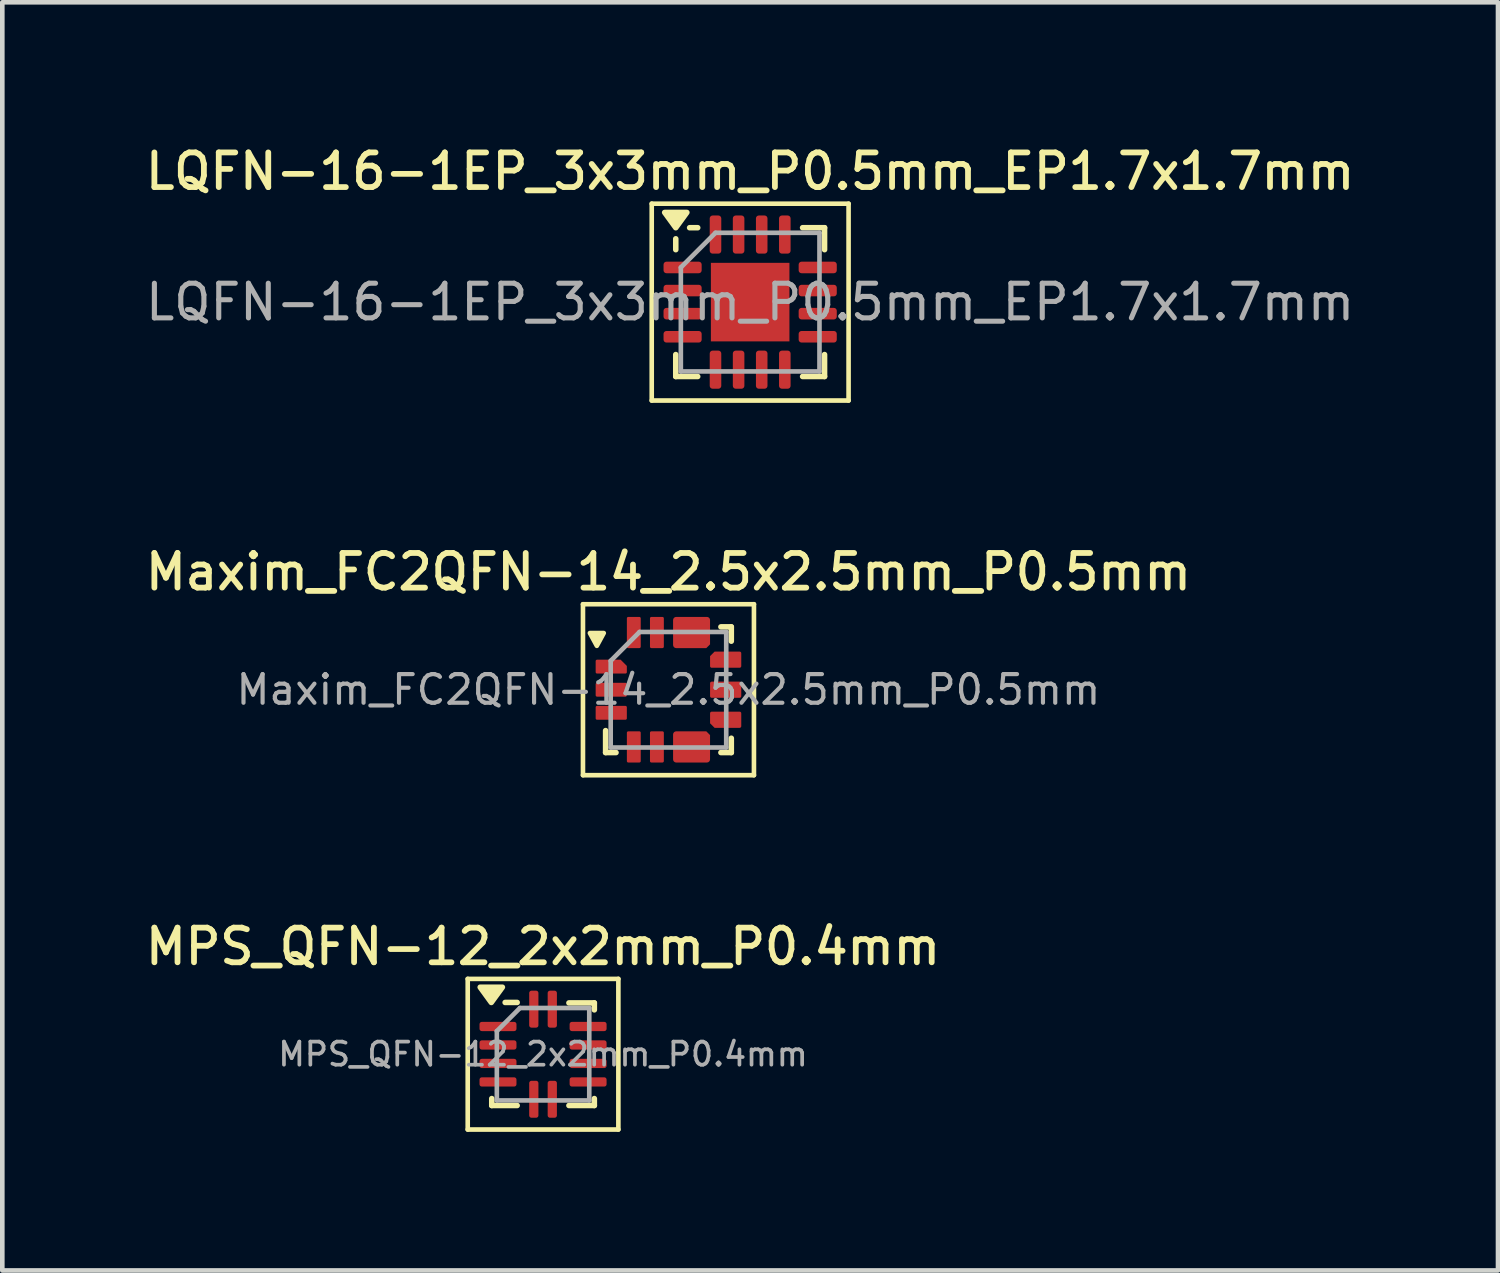
<source format=kicad_pcb>
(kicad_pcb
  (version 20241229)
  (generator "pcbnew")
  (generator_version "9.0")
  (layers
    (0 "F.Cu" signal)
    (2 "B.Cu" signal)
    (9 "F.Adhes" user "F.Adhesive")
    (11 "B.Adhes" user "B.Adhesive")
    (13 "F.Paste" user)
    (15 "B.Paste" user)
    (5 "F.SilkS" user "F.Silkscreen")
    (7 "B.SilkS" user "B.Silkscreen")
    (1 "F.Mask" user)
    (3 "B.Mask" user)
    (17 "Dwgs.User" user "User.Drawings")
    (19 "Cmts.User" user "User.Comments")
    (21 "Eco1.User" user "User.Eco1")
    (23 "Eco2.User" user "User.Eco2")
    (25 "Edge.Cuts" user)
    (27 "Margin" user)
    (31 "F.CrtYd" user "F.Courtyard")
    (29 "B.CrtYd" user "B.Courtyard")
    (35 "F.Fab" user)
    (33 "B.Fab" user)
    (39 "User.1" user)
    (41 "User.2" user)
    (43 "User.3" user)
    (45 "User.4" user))
  (footprint "Maxim_FC2QFN-14_2.5x2.5mm_P0.5mm"
    (layer "F.Cu")
    (at 11.416 11.876)
    (property "Reference" "Maxim_FC2QFN-14_2.5x2.5mm_P0.5mm" (at 0 -2.55 0) (layer "F.SilkS") (effects (font (size 0.75 0.75) (thickness 0.125))))
    (attr smd)
    (fp_line (start -1.85 -1.85) (end -1.85 1.85) (stroke (width 0.1) (type solid)) (layer "F.SilkS"))
    (fp_line (start -1.85 1.85) (end 1.85 1.85) (stroke (width 0.1) (type solid)) (layer "F.SilkS"))
    (fp_line (start -1.36 1.36) (end -1.36 0.885) (stroke (width 0.12) (type solid)) (layer "F.SilkS"))
    (fp_line (start -1.135 1.36) (end -1.36 1.36) (stroke (width 0.12) (type solid)) (layer "F.SilkS"))
    (fp_line (start 1.135 -1.36) (end 1.36 -1.36) (stroke (width 0.12) (type solid)) (layer "F.SilkS"))
    (fp_line (start 1.135 1.36) (end 1.36 1.36) (stroke (width 0.12) (type solid)) (layer "F.SilkS"))
    (fp_line (start 1.36 -1.36) (end 1.36 -1.05) (stroke (width 0.12) (type solid)) (layer "F.SilkS"))
    (fp_line (start 1.36 1.36) (end 1.36 1.05) (stroke (width 0.12) (type solid)) (layer "F.SilkS"))
    (fp_line (start 1.85 -1.85) (end -1.85 -1.85) (stroke (width 0.1) (type solid)) (layer "F.SilkS"))
    (fp_line (start 1.85 1.85) (end 1.85 -1.85) (stroke (width 0.1) (type solid)) (layer "F.SilkS"))
    (fp_poly (pts (xy -1.7 -1.226) (xy -1.4 -1.226) (xy -1.55 -0.95)) (stroke (width 0.1) (type solid)) (fill yes) (layer "F.SilkS"))
    (fp_line (start -1.25 -0.625) (end -0.625 -1.25) (stroke (width 0.1) (type solid)) (layer "F.Fab"))
    (fp_line (start -1.25 1.25) (end -1.25 -0.625) (stroke (width 0.1) (type solid)) (layer "F.Fab"))
    (fp_line (start -0.625 -1.25) (end 1.25 -1.25) (stroke (width 0.1) (type solid)) (layer "F.Fab"))
    (fp_line (start 1.25 -1.25) (end 1.25 1.25) (stroke (width 0.1) (type solid)) (layer "F.Fab"))
    (fp_line (start 1.25 1.25) (end -1.25 1.25) (stroke (width 0.1) (type solid)) (layer "F.Fab"))
    (fp_text user "${REFERENCE}" (at 0 0 0) (layer "F.Fab") (effects (font (size 0.62 0.62) (thickness 0.09))))
    (pad "1" smd roundrect (at -1.238 -0.5) (size 0.675 0.3) (layers "F.Cu" "F.Mask" "F.Paste") (roundrect_rratio 0.1) (chamfer_ratio 0.45) (chamfer top_right))
    (pad "2" smd roundrect (at -1.238 0) (size 0.675 0.3) (layers "F.Cu" "F.Mask" "F.Paste") (roundrect_rratio 0.1))
    (pad "3" smd roundrect (at -1.238 0.5) (size 0.675 0.3) (layers "F.Cu" "F.Mask" "F.Paste") (roundrect_rratio 0.1))
    (pad "4" smd roundrect (at -0.75 1.238) (size 0.3 0.675) (layers "F.Cu" "F.Mask" "F.Paste") (roundrect_rratio 0.1))
    (pad "5" smd roundrect (at -0.25 1.238) (size 0.3 0.675) (layers "F.Cu" "F.Mask" "F.Paste") (roundrect_rratio 0.1))
    (pad "6" smd roundrect (at 0.5 1.238) (size 0.8 0.675) (layers "F.Cu" "F.Mask" "F.Paste") (roundrect_rratio 0.1) (chamfer_ratio 0.12) (chamfer top_right))
    (pad "8" smd roundrect (at 1.238 0.65) (size 0.675 0.35) (layers "F.Cu" "F.Mask" "F.Paste") (roundrect_rratio 0.1) (chamfer_ratio 0.28) (chamfer bottom_left))
    (pad "9" smd roundrect (at 1.238 0) (size 0.675 0.35) (layers "F.Cu" "F.Mask" "F.Paste") (roundrect_rratio 0.1))
    (pad "10" smd roundrect (at 1.238 -0.65) (size 0.675 0.35) (layers "F.Cu" "F.Mask" "F.Paste") (roundrect_rratio 0.1) (chamfer_ratio 0.28) (chamfer top_left))
    (pad "11" smd roundrect (at 0.5 -1.238) (size 0.8 0.675) (layers "F.Cu" "F.Mask" "F.Paste") (roundrect_rratio 0.1) (chamfer_ratio 0.12) (chamfer bottom_right))
    (pad "13" smd roundrect (at -0.25 -1.238) (size 0.3 0.675) (layers "F.Cu" "F.Mask" "F.Paste") (roundrect_rratio 0.1))
    (pad "14" smd roundrect (at -0.75 -1.238) (size 0.3 0.675) (layers "F.Cu" "F.Mask" "F.Paste") (roundrect_rratio 0.1)))
  (footprint "LQFN-16-1EP_3x3mm_P0.5mm_EP1.7x1.7mm"
    (layer "F.Cu")
    (at 13.184 3.488)
    (property "Reference" "LQFN-16-1EP_3x3mm_P0.5mm_EP1.7x1.7mm" (at 0 -2.83 0) (layer "F.SilkS") (effects (font (size 0.75 0.75) (thickness 0.125))))
    (attr smd)
    (fp_line (start -2.13 -2.13) (end -2.13 2.13) (stroke (width 0.1) (type solid)) (layer "F.SilkS"))
    (fp_line (start -2.13 2.13) (end 2.13 2.13) (stroke (width 0.1) (type solid)) (layer "F.SilkS"))
    (fp_line (start -1.61 -1.135) (end -1.61 -1.37) (stroke (width 0.12) (type solid)) (layer "F.SilkS"))
    (fp_line (start -1.61 1.61) (end -1.61 1.135) (stroke (width 0.12) (type solid)) (layer "F.SilkS"))
    (fp_line (start -1.135 -1.61) (end -1.31 -1.61) (stroke (width 0.12) (type solid)) (layer "F.SilkS"))
    (fp_line (start -1.135 1.61) (end -1.61 1.61) (stroke (width 0.12) (type solid)) (layer "F.SilkS"))
    (fp_line (start 1.135 -1.61) (end 1.61 -1.61) (stroke (width 0.12) (type solid)) (layer "F.SilkS"))
    (fp_line (start 1.135 1.61) (end 1.61 1.61) (stroke (width 0.12) (type solid)) (layer "F.SilkS"))
    (fp_line (start 1.61 -1.61) (end 1.61 -1.135) (stroke (width 0.12) (type solid)) (layer "F.SilkS"))
    (fp_line (start 1.61 1.61) (end 1.61 1.135) (stroke (width 0.12) (type solid)) (layer "F.SilkS"))
    (fp_line (start 2.13 -2.13) (end -2.13 -2.13) (stroke (width 0.1) (type solid)) (layer "F.SilkS"))
    (fp_line (start 2.13 2.13) (end 2.13 -2.13) (stroke (width 0.1) (type solid)) (layer "F.SilkS"))
    (fp_poly (pts (xy -1.61 -1.61) (xy -1.85 -1.94) (xy -1.37 -1.94) (xy -1.61 -1.61)) (stroke (width 0.12) (type solid)) (fill yes) (layer "F.SilkS"))
    (fp_line (start -1.5 -0.75) (end -0.75 -1.5) (stroke (width 0.1) (type solid)) (layer "F.Fab"))
    (fp_line (start -1.5 1.5) (end -1.5 -0.75) (stroke (width 0.1) (type solid)) (layer "F.Fab"))
    (fp_line (start -0.75 -1.5) (end 1.5 -1.5) (stroke (width 0.1) (type solid)) (layer "F.Fab"))
    (fp_line (start 1.5 -1.5) (end 1.5 1.5) (stroke (width 0.1) (type solid)) (layer "F.Fab"))
    (fp_line (start 1.5 1.5) (end -1.5 1.5) (stroke (width 0.1) (type solid)) (layer "F.Fab"))
    (fp_text user "${REFERENCE}" (at 0 0 0) (layer "F.Fab") (effects (font (size 0.75 0.75) (thickness 0.11))))
    (pad "" smd roundrect (at 0 0) (size 1.37 1.37) (layers "F.Paste") (roundrect_rratio 0.182))
    (pad "1" smd roundrect (at -1.462 -0.75) (size 0.825 0.25) (layers "F.Cu" "F.Mask" "F.Paste") (roundrect_rratio 0.25))
    (pad "2" smd roundrect (at -1.462 -0.25) (size 0.825 0.25) (layers "F.Cu" "F.Mask" "F.Paste") (roundrect_rratio 0.25))
    (pad "3" smd roundrect (at -1.462 0.25) (size 0.825 0.25) (layers "F.Cu" "F.Mask" "F.Paste") (roundrect_rratio 0.25))
    (pad "4" smd roundrect (at -1.462 0.75) (size 0.825 0.25) (layers "F.Cu" "F.Mask" "F.Paste") (roundrect_rratio 0.25))
    (pad "5" smd roundrect (at -0.75 1.462) (size 0.25 0.825) (layers "F.Cu" "F.Mask" "F.Paste") (roundrect_rratio 0.25))
    (pad "6" smd roundrect (at -0.25 1.462) (size 0.25 0.825) (layers "F.Cu" "F.Mask" "F.Paste") (roundrect_rratio 0.25))
    (pad "7" smd roundrect (at 0.25 1.462) (size 0.25 0.825) (layers "F.Cu" "F.Mask" "F.Paste") (roundrect_rratio 0.25))
    (pad "8" smd roundrect (at 0.75 1.462) (size 0.25 0.825) (layers "F.Cu" "F.Mask" "F.Paste") (roundrect_rratio 0.25))
    (pad "9" smd roundrect (at 1.462 0.75) (size 0.825 0.25) (layers "F.Cu" "F.Mask" "F.Paste") (roundrect_rratio 0.25))
    (pad "10" smd roundrect (at 1.462 0.25) (size 0.825 0.25) (layers "F.Cu" "F.Mask" "F.Paste") (roundrect_rratio 0.25))
    (pad "11" smd roundrect (at 1.462 -0.25) (size 0.825 0.25) (layers "F.Cu" "F.Mask" "F.Paste") (roundrect_rratio 0.25))
    (pad "12" smd roundrect (at 1.462 -0.75) (size 0.825 0.25) (layers "F.Cu" "F.Mask" "F.Paste") (roundrect_rratio 0.25))
    (pad "13" smd roundrect (at 0.75 -1.462) (size 0.25 0.825) (layers "F.Cu" "F.Mask" "F.Paste") (roundrect_rratio 0.25))
    (pad "14" smd roundrect (at 0.25 -1.462) (size 0.25 0.825) (layers "F.Cu" "F.Mask" "F.Paste") (roundrect_rratio 0.25))
    (pad "15" smd roundrect (at -0.25 -1.462) (size 0.25 0.825) (layers "F.Cu" "F.Mask" "F.Paste") (roundrect_rratio 0.25))
    (pad "16" smd roundrect (at -0.75 -1.462) (size 0.25 0.825) (layers "F.Cu" "F.Mask" "F.Paste") (roundrect_rratio 0.25))
    (pad "17" smd rect (at 0 0) (size 1.7 1.7) (property pad_prop_heatsink) (layers "F.Cu" "F.Mask")))
  (footprint "MPS_QFN-12_2x2mm_P0.4mm"
    (layer "F.Cu")
    (at 8.702 19.764)
    (property "Reference" "MPS_QFN-12_2x2mm_P0.4mm" (at 0 -2.33 0) (layer "F.SilkS") (effects (font (size 0.75 0.75) (thickness 0.125))))
    (attr smd)
    (fp_line (start -1.63 -1.63) (end -1.63 1.63) (stroke (width 0.1) (type solid)) (layer "F.SilkS"))
    (fp_line (start -1.63 1.63) (end 1.63 1.63) (stroke (width 0.1) (type solid)) (layer "F.SilkS"))
    (fp_line (start -1.11 1.11) (end -1.11 0.96) (stroke (width 0.12) (type solid)) (layer "F.SilkS"))
    (fp_line (start -0.56 -1.12) (end -0.82 -1.12) (stroke (width 0.12) (type solid)) (layer "F.SilkS"))
    (fp_line (start -0.56 1.11) (end -1.11 1.11) (stroke (width 0.12) (type solid)) (layer "F.SilkS"))
    (fp_line (start 0.56 -1.11) (end 1.11 -1.11) (stroke (width 0.12) (type solid)) (layer "F.SilkS"))
    (fp_line (start 0.56 1.11) (end 1.11 1.11) (stroke (width 0.12) (type solid)) (layer "F.SilkS"))
    (fp_line (start 1.11 -1.11) (end 1.11 -0.96) (stroke (width 0.12) (type solid)) (layer "F.SilkS"))
    (fp_line (start 1.11 1.11) (end 1.11 0.96) (stroke (width 0.12) (type solid)) (layer "F.SilkS"))
    (fp_line (start 1.63 -1.63) (end -1.63 -1.63) (stroke (width 0.1) (type solid)) (layer "F.SilkS"))
    (fp_line (start 1.63 1.63) (end 1.63 -1.63) (stroke (width 0.1) (type solid)) (layer "F.SilkS"))
    (fp_poly (pts (xy -1.12 -1.12) (xy -1.36 -1.45) (xy -0.88 -1.45) (xy -1.12 -1.12)) (stroke (width 0.12) (type solid)) (fill yes) (layer "F.SilkS"))
    (fp_line (start -1 -0.5) (end -0.5 -1) (stroke (width 0.1) (type solid)) (layer "F.Fab"))
    (fp_line (start -1 1) (end -1 -0.5) (stroke (width 0.1) (type solid)) (layer "F.Fab"))
    (fp_line (start -0.5 -1) (end 1 -1) (stroke (width 0.1) (type solid)) (layer "F.Fab"))
    (fp_line (start 1 -1) (end 1 1) (stroke (width 0.1) (type solid)) (layer "F.Fab"))
    (fp_line (start 1 1) (end -1 1) (stroke (width 0.1) (type solid)) (layer "F.Fab"))
    (fp_text user "${REFERENCE}" (at 0 0 0) (layer "F.Fab") (effects (font (size 0.5 0.5) (thickness 0.08))))
    (pad "1" smd roundrect (at -0.975 -0.6) (size 0.8 0.2) (layers "F.Cu" "F.Mask" "F.Paste") (roundrect_rratio 0.25))
    (pad "2" smd roundrect (at -0.975 -0.2) (size 0.8 0.2) (layers "F.Cu" "F.Mask" "F.Paste") (roundrect_rratio 0.25))
    (pad "3" smd roundrect (at -0.975 0.2) (size 0.8 0.2) (layers "F.Cu" "F.Mask" "F.Paste") (roundrect_rratio 0.25))
    (pad "4" smd roundrect (at -0.975 0.6) (size 0.8 0.2) (layers "F.Cu" "F.Mask" "F.Paste") (roundrect_rratio 0.25))
    (pad "5" smd roundrect (at -0.2 0.975) (size 0.2 0.8) (layers "F.Cu" "F.Mask" "F.Paste") (roundrect_rratio 0.25))
    (pad "6" smd roundrect (at 0.2 0.975) (size 0.2 0.8) (layers "F.Cu" "F.Mask" "F.Paste") (roundrect_rratio 0.25))
    (pad "7" smd roundrect (at 0.975 0.6) (size 0.8 0.2) (layers "F.Cu" "F.Mask" "F.Paste") (roundrect_rratio 0.25))
    (pad "8" smd roundrect (at 0.975 0.2) (size 0.8 0.2) (layers "F.Cu" "F.Mask" "F.Paste") (roundrect_rratio 0.25))
    (pad "9" smd roundrect (at 0.975 -0.2) (size 0.8 0.2) (layers "F.Cu" "F.Mask" "F.Paste") (roundrect_rratio 0.25))
    (pad "10" smd roundrect (at 0.975 -0.6) (size 0.8 0.2) (layers "F.Cu" "F.Mask" "F.Paste") (roundrect_rratio 0.25))
    (pad "11" smd roundrect (at 0.2 -0.975) (size 0.2 0.8) (layers "F.Cu" "F.Mask" "F.Paste") (roundrect_rratio 0.25))
    (pad "12" smd roundrect (at -0.2 -0.975) (size 0.2 0.8) (layers "F.Cu" "F.Mask" "F.Paste") (roundrect_rratio 0.25)))
  (gr_rect
    (start -3 -3)
    (end 29.368 24.444)
    (stroke (width 0.1) (type default))
    (fill no)
    (layer "Edge.Cuts")))
</source>
